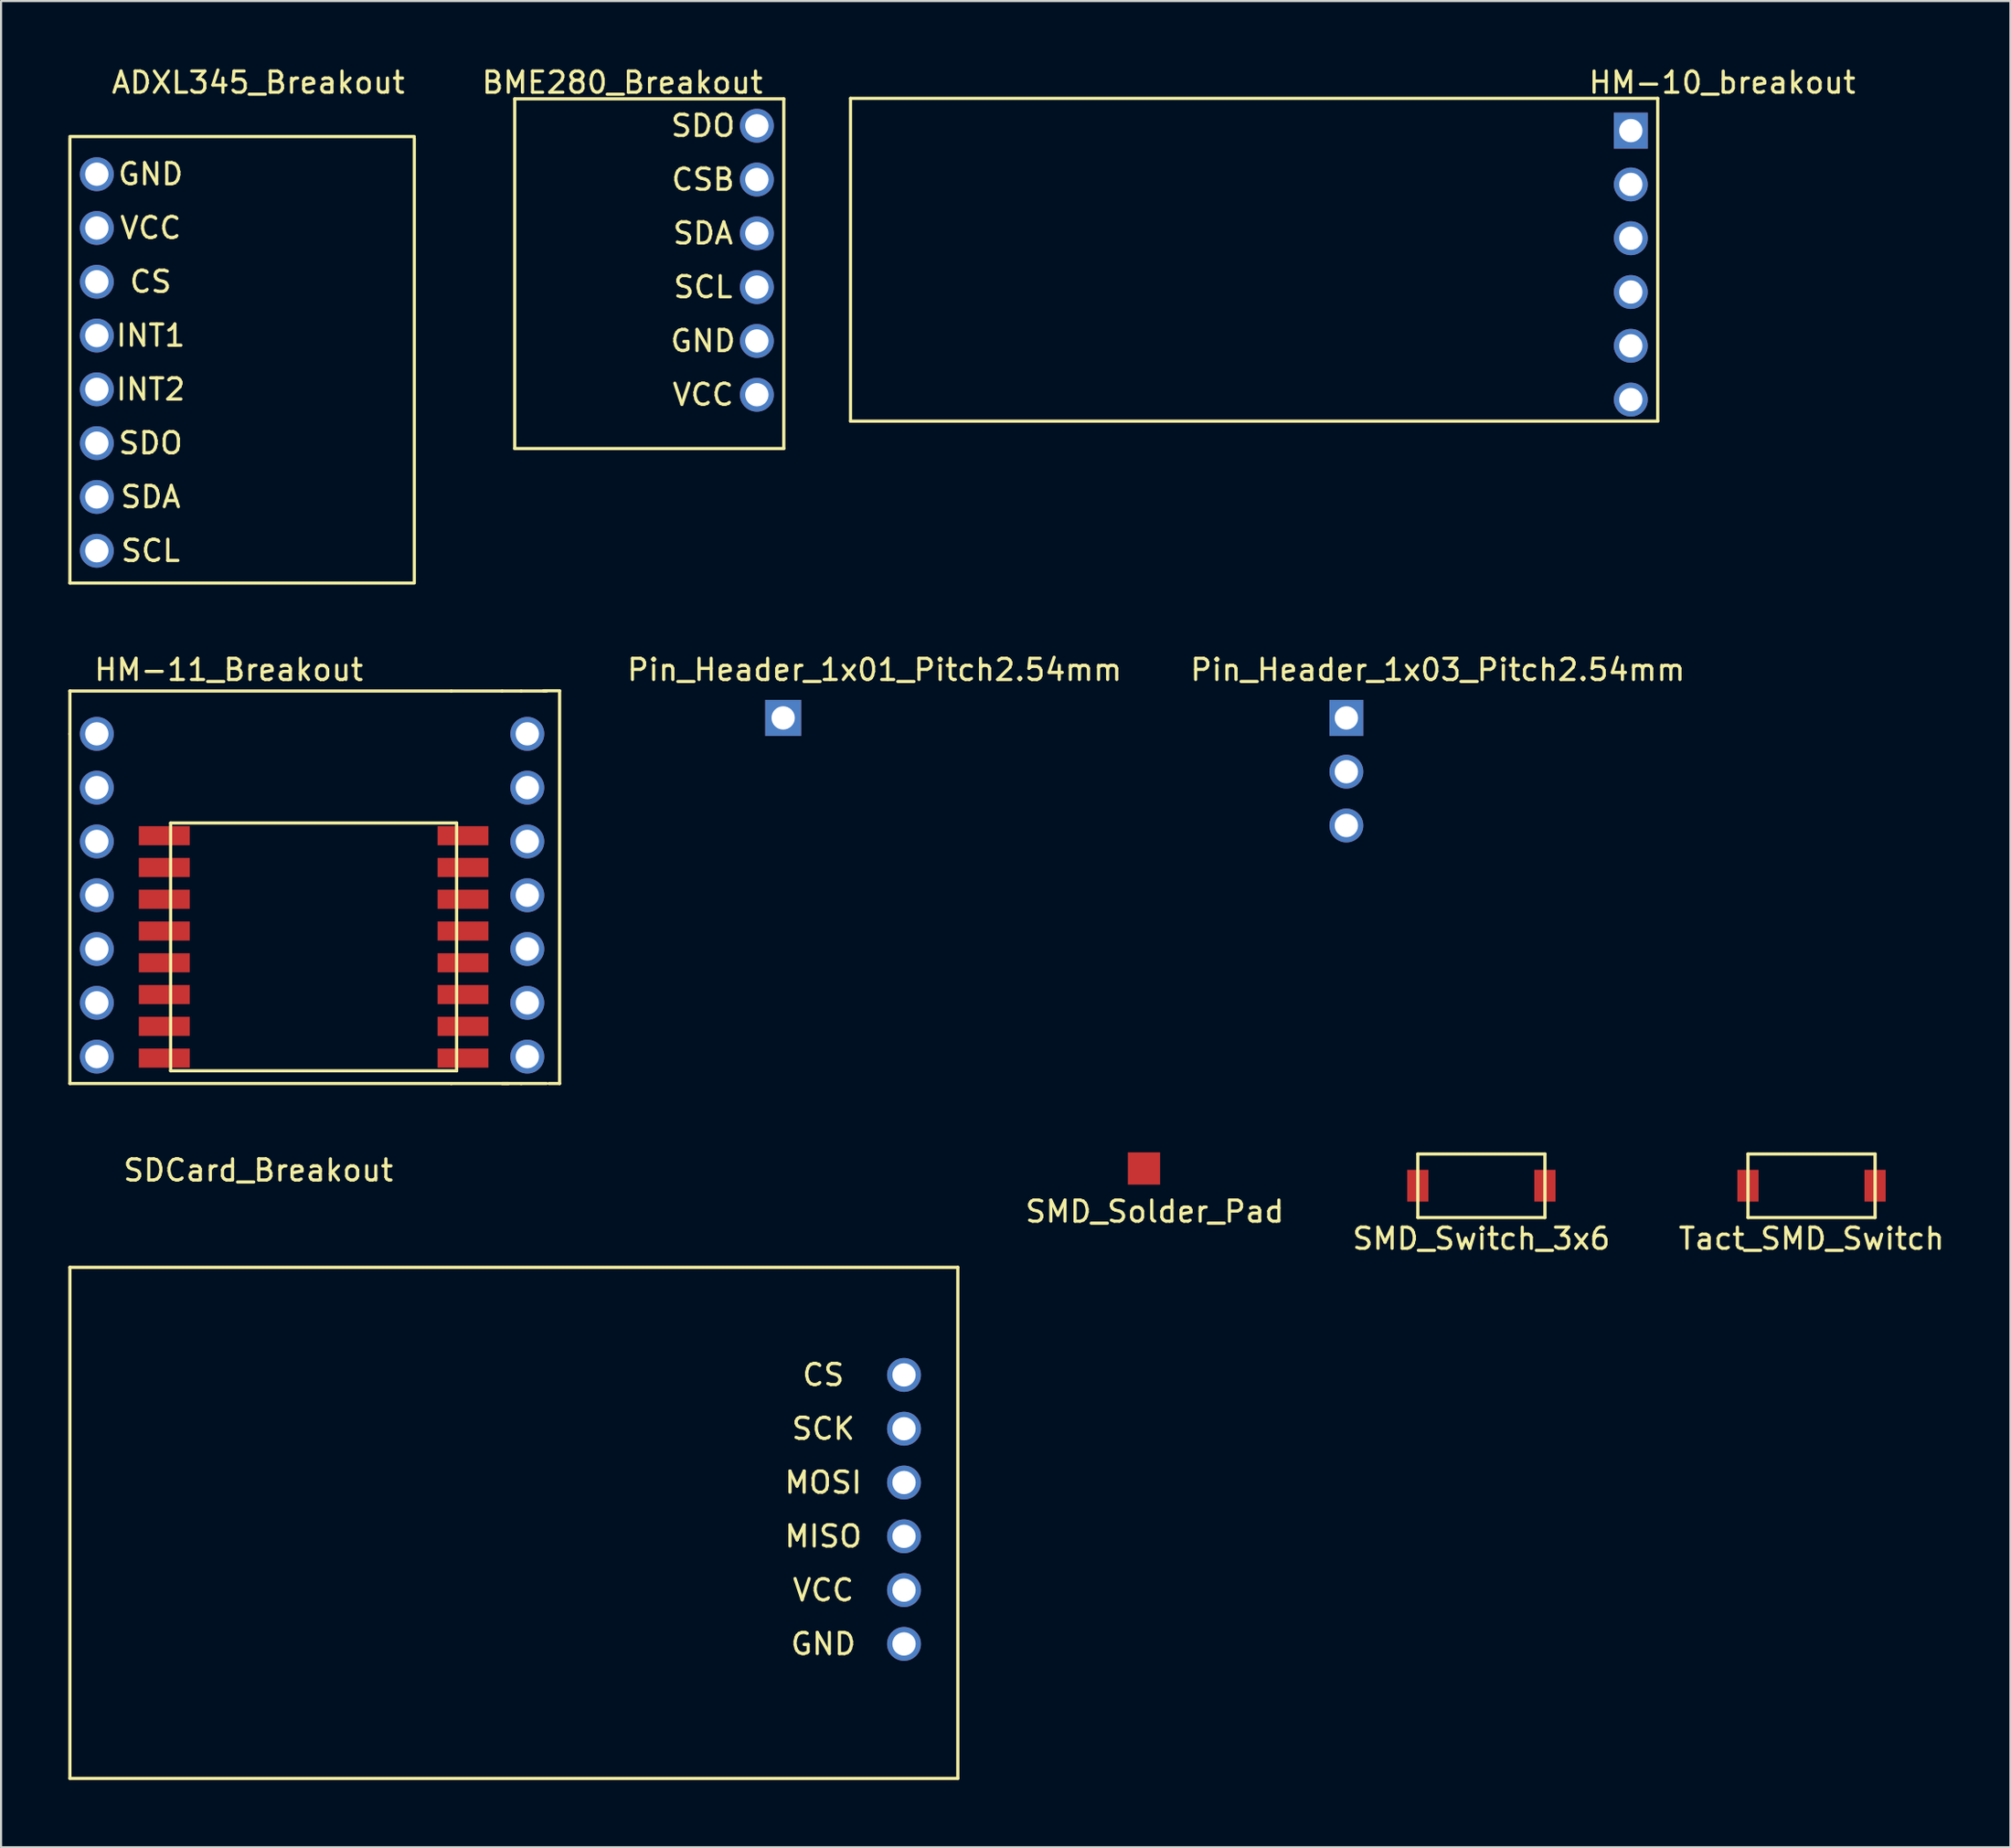
<source format=kicad_pcb>
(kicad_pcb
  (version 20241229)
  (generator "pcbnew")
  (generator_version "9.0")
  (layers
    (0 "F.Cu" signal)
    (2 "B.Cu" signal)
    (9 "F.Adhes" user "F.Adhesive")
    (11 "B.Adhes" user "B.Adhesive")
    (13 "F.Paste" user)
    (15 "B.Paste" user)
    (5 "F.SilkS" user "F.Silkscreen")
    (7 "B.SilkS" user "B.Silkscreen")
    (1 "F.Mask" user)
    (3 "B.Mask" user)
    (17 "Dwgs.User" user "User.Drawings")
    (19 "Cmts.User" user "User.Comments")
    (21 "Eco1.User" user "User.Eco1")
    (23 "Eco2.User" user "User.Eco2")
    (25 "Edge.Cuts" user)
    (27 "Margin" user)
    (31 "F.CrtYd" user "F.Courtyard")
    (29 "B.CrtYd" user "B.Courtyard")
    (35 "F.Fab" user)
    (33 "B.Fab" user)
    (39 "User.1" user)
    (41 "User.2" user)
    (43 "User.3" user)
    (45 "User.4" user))
  (footprint "Tact_SMD_Switch"
    (layer "F.Cu")
    (at 79.455 54.434)
    (property "Reference" "Tact_SMD_Switch" (at 3 1 0) (layer "F.SilkS") (effects (font (size 1 1) (thickness 0.15))))
    (attr through_hole)
    (fp_line (start 0 -3) (end 0 0) (stroke (width 0.15) (type solid)) (layer "F.SilkS"))
    (fp_line (start 0 0) (end 6 0) (stroke (width 0.15) (type solid)) (layer "F.SilkS"))
    (fp_line (start 6 -3) (end 0 -3) (stroke (width 0.15) (type solid)) (layer "F.SilkS"))
    (fp_line (start 6 0) (end 6 -3) (stroke (width 0.15) (type solid)) (layer "F.SilkS"))
    (pad "1" smd rect (at 0 -1.5) (size 1 1.5) (layers "F.Cu" "F.Mask" "F.Paste"))
    (pad "2" smd rect (at 6 -1.5) (size 1 1.5) (layers "F.Cu" "F.Mask" "F.Paste")))
  (footprint "BME280_Breakout"
    (layer "F.Cu")
    (at 21.245 18.128)
    (property "Reference" "BME280_Breakout" (at 5.08 -17.28 0) (layer "F.SilkS") (effects (font (size 1 1) (thickness 0.15))))
    (attr through_hole)
    (fp_line (start 0 -16.51) (end 12.7 -16.51) (stroke (width 0.15) (type solid)) (layer "F.SilkS"))
    (fp_line (start 0 0) (end 0 -16.51) (stroke (width 0.15) (type solid)) (layer "F.SilkS"))
    (fp_line (start 12.7 -16.51) (end 12.7 0) (stroke (width 0.15) (type solid)) (layer "F.SilkS"))
    (fp_line (start 12.7 0) (end 0 0) (stroke (width 0.15) (type solid)) (layer "F.SilkS"))
    (fp_text user "GND" (at 8.89 -5.08 0) (layer "F.SilkS") (effects (font (size 1 1) (thickness 0.15))))
    (fp_text user "SDA" (at 8.89 -10.16 0) (layer "F.SilkS") (effects (font (size 1 1) (thickness 0.15))))
    (fp_text user "CSB" (at 8.89 -12.7 0) (layer "F.SilkS") (effects (font (size 1 1) (thickness 0.15))))
    (fp_text user "VCC" (at 8.89 -2.54 0) (layer "F.SilkS") (effects (font (size 1 1) (thickness 0.15))))
    (fp_text user "SCL" (at 8.89 -7.62 0) (layer "F.SilkS") (effects (font (size 1 1) (thickness 0.15))))
    (fp_text user "SDO" (at 8.89 -15.24 0) (layer "F.SilkS") (effects (font (size 1 1) (thickness 0.15))))
    (pad "1" thru_hole circle (at 11.43 -15.24) (size 1.6 1.6) (drill 1.1) (layers "*.Cu" "*.Mask"))
    (pad "2" thru_hole circle (at 11.43 -12.7) (size 1.6 1.6) (drill 1.1) (layers "*.Cu" "*.Mask"))
    (pad "3" thru_hole circle (at 11.43 -10.16) (size 1.6 1.6) (drill 1.1) (layers "*.Cu" "*.Mask"))
    (pad "4" thru_hole circle (at 11.43 -7.62) (size 1.6 1.6) (drill 1.1) (layers "*.Cu" "*.Mask"))
    (pad "5" thru_hole circle (at 11.43 -5.08) (size 1.6 1.6) (drill 1.1) (layers "*.Cu" "*.Mask"))
    (pad "6" thru_hole circle (at 11.43 -2.54) (size 1.6 1.6) (drill 1.1) (layers "*.Cu" "*.Mask")))
  (footprint "HM-11_Breakout"
    (layer "F.Cu")
    (at 0.25 48.108)
    (property "Reference" "HM-11_Breakout" (at 7.5 -19.532 0) (layer "F.SilkS") (effects (font (size 1 1) (thickness 0.15))))
    (attr through_hole)
    (fp_line (start 0 -16.51) (end 0 -18.542) (stroke (width 0.15) (type solid)) (layer "F.SilkS"))
    (fp_line (start 0 -16.5) (end 0 0) (stroke (width 0.15) (type solid)) (layer "F.SilkS"))
    (fp_line (start 0 0) (end 18 0) (stroke (width 0.15) (type solid)) (layer "F.SilkS"))
    (fp_line (start 4.754 -12.3) (end 18.254 -12.3) (stroke (width 0.15) (type solid)) (layer "F.SilkS"))
    (fp_line (start 4.754 -0.6) (end 4.754 -12.3) (stroke (width 0.15) (type solid)) (layer "F.SilkS"))
    (fp_line (start 4.754 -0.6) (end 18.254 -0.6) (stroke (width 0.15) (type solid)) (layer "F.SilkS"))
    (fp_line (start 18 -18.532) (end 0 -18.532) (stroke (width 0.15) (type solid)) (layer "F.SilkS"))
    (fp_line (start 18 -18.532) (end 20.4 -18.532) (stroke (width 0.15) (type solid)) (layer "F.SilkS"))
    (fp_line (start 18 0) (end 20.7 0) (stroke (width 0.15) (type solid)) (layer "F.SilkS"))
    (fp_line (start 18.254 -12.3) (end 18.254 -0.6) (stroke (width 0.15) (type solid)) (layer "F.SilkS"))
    (fp_line (start 20.4 -18.532) (end 21.3 -18.532) (stroke (width 0.15) (type solid)) (layer "F.SilkS"))
    (fp_line (start 20.4 0) (end 21.3 0) (stroke (width 0.15) (type solid)) (layer "F.SilkS"))
    (fp_line (start 21.3 -18.532) (end 22.5 -18.532) (stroke (width 0.15) (type solid)) (layer "F.SilkS"))
    (fp_line (start 21.3 0) (end 22.5 0) (stroke (width 0.15) (type solid)) (layer "F.SilkS"))
    (fp_line (start 22.352 -18.542) (end 23.114 -18.542) (stroke (width 0.15) (type solid)) (layer "F.SilkS"))
    (fp_line (start 22.606 0) (end 23.114 0) (stroke (width 0.15) (type solid)) (layer "F.SilkS"))
    (fp_line (start 23.114 -18.542) (end 23.114 0) (stroke (width 0.15) (type solid)) (layer "F.SilkS"))
    (pad "1" thru_hole circle (at 1.27 -16.51) (size 1.6 1.6) (drill 1.1) (layers "*.Cu" "*.Mask"))
    (pad "1" smd rect (at 4.454 -11.7) (size 2.4 0.9) (layers "F.Cu" "F.Mask" "F.Paste"))
    (pad "2" thru_hole circle (at 1.27 -13.97) (size 1.6 1.6) (drill 1.1) (layers "*.Cu" "*.Mask"))
    (pad "2" smd rect (at 4.454 -10.2) (size 2.4 0.9) (layers "F.Cu" "F.Mask" "F.Paste"))
    (pad "3" thru_hole circle (at 1.27 -11.43) (size 1.6 1.6) (drill 1.1) (layers "*.Cu" "*.Mask"))
    (pad "3" smd rect (at 4.454 -8.7) (size 2.4 0.9) (layers "F.Cu" "F.Mask" "F.Paste"))
    (pad "4" thru_hole circle (at 1.27 -8.89) (size 1.6 1.6) (drill 1.1) (layers "*.Cu" "*.Mask"))
    (pad "4" smd rect (at 4.454 -7.2) (size 2.4 0.9) (layers "F.Cu" "F.Mask" "F.Paste"))
    (pad "5" thru_hole circle (at 1.27 -6.35) (size 1.6 1.6) (drill 1.1) (layers "*.Cu" "*.Mask"))
    (pad "5" smd rect (at 4.454 -5.7) (size 2.4 0.9) (layers "F.Cu" "F.Mask" "F.Paste"))
    (pad "6" thru_hole circle (at 1.27 -3.81) (size 1.6 1.6) (drill 1.1) (layers "*.Cu" "*.Mask"))
    (pad "6" smd rect (at 4.454 -4.2) (size 2.4 0.9) (layers "F.Cu" "F.Mask" "F.Paste"))
    (pad "7" thru_hole circle (at 1.27 -1.27) (size 1.6 1.6) (drill 1.1) (layers "*.Cu" "*.Mask"))
    (pad "7" smd rect (at 4.454 -2.7) (size 2.4 0.9) (layers "F.Cu" "F.Mask" "F.Paste"))
    (pad "8" smd rect (at 4.454 -1.2) (size 2.4 0.9) (layers "F.Cu" "F.Mask" "F.Paste"))
    (pad "9" smd rect (at 18.554 -1.2) (size 2.4 0.9) (layers "F.Cu" "F.Mask" "F.Paste"))
    (pad "9" thru_hole circle (at 21.59 -1.27) (size 1.6 1.6) (drill 1.1) (layers "*.Cu" "*.Mask"))
    (pad "10" smd rect (at 18.554 -2.7) (size 2.4 0.9) (layers "F.Cu" "F.Mask" "F.Paste"))
    (pad "11" smd rect (at 18.554 -4.2) (size 2.4 0.9) (layers "F.Cu" "F.Mask" "F.Paste"))
    (pad "11" thru_hole circle (at 21.59 -3.81) (size 1.6 1.6) (drill 1.1) (layers "*.Cu" "*.Mask"))
    (pad "12" smd rect (at 18.554 -5.7) (size 2.4 0.9) (layers "F.Cu" "F.Mask" "F.Paste"))
    (pad "12" thru_hole circle (at 21.59 -6.35) (size 1.6 1.6) (drill 1.1) (layers "*.Cu" "*.Mask"))
    (pad "13" smd rect (at 18.554 -7.2) (size 2.4 0.9) (layers "F.Cu" "F.Mask" "F.Paste"))
    (pad "13" thru_hole circle (at 21.59 -8.89) (size 1.6 1.6) (drill 1.1) (layers "*.Cu" "*.Mask"))
    (pad "14" smd rect (at 18.554 -8.7) (size 2.4 0.9) (layers "F.Cu" "F.Mask" "F.Paste"))
    (pad "14" thru_hole circle (at 21.59 -11.43) (size 1.6 1.6) (drill 1.1) (layers "*.Cu" "*.Mask"))
    (pad "15" smd rect (at 18.554 -10.2) (size 2.4 0.9) (layers "F.Cu" "F.Mask" "F.Paste"))
    (pad "15" thru_hole circle (at 21.59 -13.97) (size 1.6 1.6) (drill 1.1) (layers "*.Cu" "*.Mask"))
    (pad "16" smd rect (at 18.554 -11.7) (size 2.4 0.9) (layers "F.Cu" "F.Mask" "F.Paste"))
    (pad "16" thru_hole circle (at 21.59 -16.51) (size 1.6 1.6) (drill 1.1) (layers "*.Cu" "*.Mask")))
  (footprint "Pin_Header_1x01_Pitch2.54mm"
    (layer "F.Cu")
    (at 33.916 30.846)
    (property "Reference" "Pin_Header_1x01_Pitch2.54mm" (at 4.315 -2.27 0) (layer "F.SilkS") (effects (font (size 1 1) (thickness 0.15))))
    (attr through_hole)
    (pad "1" thru_hole rect (at 0 0) (size 1.7 1.7) (drill 1.1) (layers "*.Cu" "*.Mask")))
  (footprint "Pin_Header_1x03_Pitch2.54mm"
    (layer "F.Cu")
    (at 60.499 30.846)
    (property "Reference" "Pin_Header_1x03_Pitch2.54mm" (at 4.315 -2.27 0) (layer "F.SilkS") (effects (font (size 1 1) (thickness 0.15))))
    (attr through_hole)
    (pad "1" thru_hole rect (at 0 0) (size 1.6 1.7) (drill 1.1) (layers "*.Cu" "*.Mask"))
    (pad "2" thru_hole circle (at 0 2.54) (size 1.6 1.6) (drill 1.1) (layers "*.Cu" "*.Mask"))
    (pad "3" thru_hole circle (at 0 5.08) (size 1.6 1.6) (drill 1.1) (layers "*.Cu" "*.Mask")))
  (footprint "SMD_Solder_Pad"
    (layer "F.Cu")
    (at 50.947 52.12)
    (property "Reference" "SMD_Solder_Pad" (at 0.508 2.032 0) (layer "F.SilkS") (effects (font (size 1 1) (thickness 0.15))))
    (attr through_hole)
    (pad "1" smd rect (at 0 0) (size 1.524 1.524) (layers "F.Cu" "F.Mask" "F.Paste")))
  (footprint "ADXL345_Breakout"
    (layer "F.Cu")
    (at 0.25 24.478)
    (property "Reference" "ADXL345_Breakout" (at 8.89 -23.63 0) (layer "F.SilkS") (effects (font (size 1 1) (thickness 0.15))))
    (attr through_hole)
    (fp_line (start 0 -21.082) (end 16.256 -21.082) (stroke (width 0.15) (type solid)) (layer "F.SilkS"))
    (fp_line (start 0 0) (end 0 -21) (stroke (width 0.15) (type solid)) (layer "F.SilkS"))
    (fp_line (start 16.2 0) (end 0 0) (stroke (width 0.15) (type solid)) (layer "F.SilkS"))
    (fp_line (start 16.256 -21) (end 16.256 0) (stroke (width 0.15) (type solid)) (layer "F.SilkS"))
    (fp_text user "GND" (at 3.81 -19.304 0) (layer "F.SilkS") (effects (font (size 1 1) (thickness 0.15))))
    (fp_text user "SCL" (at 3.81 -1.524 0) (layer "F.SilkS") (effects (font (size 1 1) (thickness 0.15))))
    (fp_text user "INT1" (at 3.81 -11.684 180) (layer "F.SilkS") (effects (font (size 1 1) (thickness 0.15))))
    (fp_text user "SDA" (at 3.81 -4.064 0) (layer "F.SilkS") (effects (font (size 1 1) (thickness 0.15))))
    (fp_text user "CS" (at 3.81 -14.224 0) (layer "F.SilkS") (effects (font (size 1 1) (thickness 0.15))))
    (fp_text user "INT2" (at 3.81 -9.144 0) (layer "F.SilkS") (effects (font (size 1 1) (thickness 0.15))))
    (fp_text user "SDO" (at 3.81 -6.604 0) (layer "F.SilkS") (effects (font (size 1 1) (thickness 0.15))))
    (fp_text user "VCC" (at 3.81 -16.764 0) (layer "F.SilkS") (effects (font (size 1 1) (thickness 0.15))))
    (pad "1" thru_hole circle (at 1.27 -19.304) (size 1.6 1.6) (drill 1.1) (layers "*.Cu" "*.Mask"))
    (pad "2" thru_hole circle (at 1.27 -16.764) (size 1.6 1.6) (drill 1.1) (layers "*.Cu" "*.Mask"))
    (pad "3" thru_hole circle (at 1.27 -14.224) (size 1.6 1.6) (drill 1.1) (layers "*.Cu" "*.Mask"))
    (pad "4" thru_hole circle (at 1.27 -11.684) (size 1.6 1.6) (drill 1.1) (layers "*.Cu" "*.Mask"))
    (pad "5" thru_hole circle (at 1.27 -9.144) (size 1.6 1.6) (drill 1.1) (layers "*.Cu" "*.Mask"))
    (pad "6" thru_hole circle (at 1.27 -6.604) (size 1.6 1.6) (drill 1.1) (layers "*.Cu" "*.Mask"))
    (pad "7" thru_hole circle (at 1.27 -4.064) (size 1.6 1.6) (drill 1.1) (layers "*.Cu" "*.Mask"))
    (pad "8" thru_hole circle (at 1.27 -1.524) (size 1.6 1.6) (drill 1.1) (layers "*.Cu" "*.Mask")))
  (footprint "SDCard_Breakout"
    (layer "F.Cu")
    (at 0.25 80.917)
    (property "Reference" "SDCard_Breakout" (at 8.89 -28.71 0) (layer "F.SilkS") (effects (font (size 1 1) (thickness 0.15))))
    (attr through_hole)
    (fp_line (start 0 -24.13) (end 41.91 -24.13) (stroke (width 0.15) (type solid)) (layer "F.SilkS"))
    (fp_line (start 0 0) (end 0 -24.13) (stroke (width 0.15) (type solid)) (layer "F.SilkS"))
    (fp_line (start 41.91 -24.13) (end 41.91 0) (stroke (width 0.15) (type solid)) (layer "F.SilkS"))
    (fp_line (start 41.91 0) (end 0 0) (stroke (width 0.15) (type solid)) (layer "F.SilkS"))
    (fp_text user "GND" (at 35.56 -6.35 0) (layer "F.SilkS") (effects (font (size 1 1) (thickness 0.15))))
    (fp_text user "VCC" (at 35.56 -8.89 0) (layer "F.SilkS") (effects (font (size 1 1) (thickness 0.15))))
    (fp_text user "MOSI" (at 35.56 -13.97 0) (layer "F.SilkS") (effects (font (size 1 1) (thickness 0.15))))
    (fp_text user "CS" (at 35.56 -19.05 0) (layer "F.SilkS") (effects (font (size 1 1) (thickness 0.15))))
    (fp_text user "SCK" (at 35.56 -16.51 0) (layer "F.SilkS") (effects (font (size 1 1) (thickness 0.15))))
    (fp_text user "MISO" (at 35.56 -11.43 0) (layer "F.SilkS") (effects (font (size 1 1) (thickness 0.15))))
    (pad "1" thru_hole circle (at 39.37 -6.35) (size 1.6 1.6) (drill 1.1) (layers "*.Cu" "*.Mask"))
    (pad "2" thru_hole circle (at 39.37 -8.89) (size 1.6 1.6) (drill 1.1) (layers "*.Cu" "*.Mask"))
    (pad "3" thru_hole circle (at 39.37 -11.43) (size 1.6 1.6) (drill 1.1) (layers "*.Cu" "*.Mask"))
    (pad "4" thru_hole circle (at 39.37 -13.97) (size 1.6 1.6) (drill 1.1) (layers "*.Cu" "*.Mask"))
    (pad "5" thru_hole circle (at 39.37 -16.51) (size 1.6 1.6) (drill 1.1) (layers "*.Cu" "*.Mask"))
    (pad "6" thru_hole circle (at 39.37 -19.05) (size 1.6 1.6) (drill 1.1) (layers "*.Cu" "*.Mask")))
  (footprint "HM-10_breakout"
    (layer "F.Cu")
    (at 73.925 3.118)
    (property "Reference" "HM-10_breakout" (at 4.315 -2.27 0) (layer "F.SilkS") (effects (font (size 1 1) (thickness 0.15))))
    (attr through_hole)
    (fp_line (start -36.83 -1.524) (end -36.83 13.716) (stroke (width 0.15) (type solid)) (layer "F.SilkS"))
    (fp_line (start -36.83 13.716) (end 1.27 13.716) (stroke (width 0.15) (type solid)) (layer "F.SilkS"))
    (fp_line (start 1.27 -1.524) (end -36.83 -1.524) (stroke (width 0.15) (type solid)) (layer "F.SilkS"))
    (fp_line (start 1.27 13.716) (end 1.27 -1.524) (stroke (width 0.15) (type solid)) (layer "F.SilkS"))
    (pad "1" thru_hole rect (at 0 0) (size 1.6 1.7) (drill 1.1) (layers "*.Cu" "*.Mask"))
    (pad "2" thru_hole circle (at 0 2.54) (size 1.6 1.6) (drill 1.1) (layers "*.Cu" "*.Mask"))
    (pad "3" thru_hole circle (at 0 5.08) (size 1.6 1.6) (drill 1.1) (layers "*.Cu" "*.Mask"))
    (pad "4" thru_hole circle (at 0 7.62) (size 1.6 1.6) (drill 1.1) (layers "*.Cu" "*.Mask"))
    (pad "5" thru_hole circle (at 0 10.16) (size 1.6 1.6) (drill 1.1) (layers "*.Cu" "*.Mask"))
    (pad "6" thru_hole circle (at 0 12.7) (size 1.6 1.6) (drill 1.1) (layers "*.Cu" "*.Mask")))
  (footprint "SMD_Switch_3x6"
    (layer "F.Cu")
    (at 63.872 54.434)
    (property "Reference" "SMD_Switch_3x6" (at 3 1 0) (layer "F.SilkS") (effects (font (size 1 1) (thickness 0.15))))
    (attr through_hole)
    (fp_line (start 0 -3) (end 0 0) (stroke (width 0.15) (type solid)) (layer "F.SilkS"))
    (fp_line (start 0 0) (end 6 0) (stroke (width 0.15) (type solid)) (layer "F.SilkS"))
    (fp_line (start 6 -3) (end 0 -3) (stroke (width 0.15) (type solid)) (layer "F.SilkS"))
    (fp_line (start 6 0) (end 6 -3) (stroke (width 0.15) (type solid)) (layer "F.SilkS"))
    (pad "1" smd rect (at 0 -1.5) (size 1 1.5) (layers "F.Cu" "F.Mask" "F.Paste"))
    (pad "2" smd rect (at 6 -1.5) (size 1 1.5) (layers "F.Cu" "F.Mask" "F.Paste")))
  (gr_rect
    (start -3 -3)
    (end 91.842 84.167)
    (stroke (width 0.1) (type default))
    (fill no)
    (layer "Edge.Cuts")))
</source>
